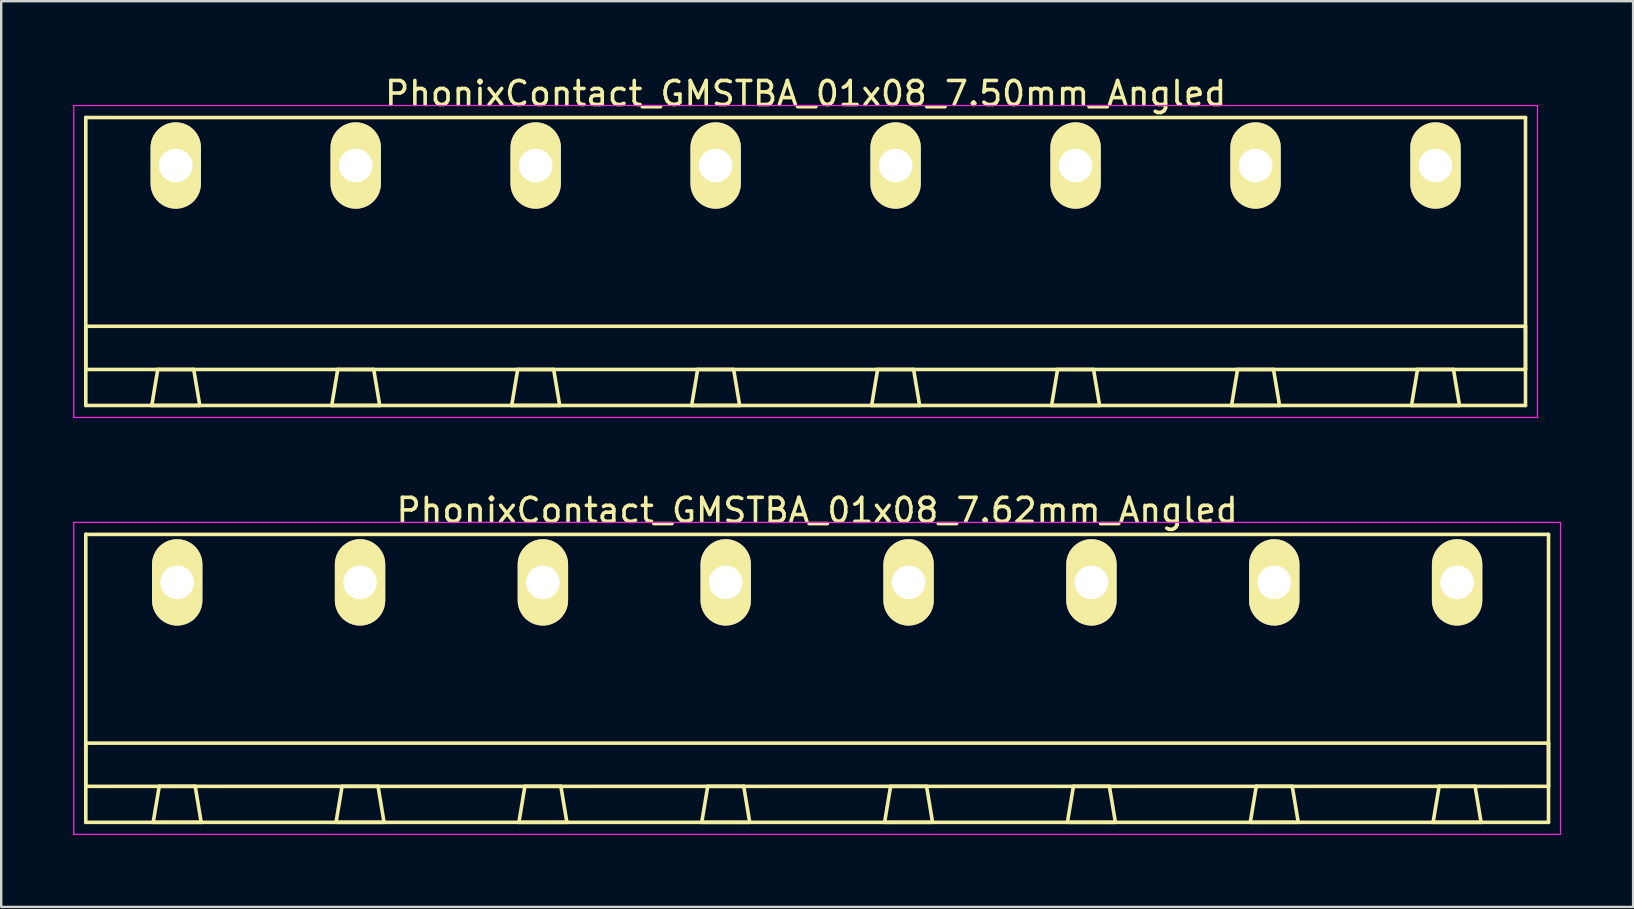
<source format=kicad_pcb>
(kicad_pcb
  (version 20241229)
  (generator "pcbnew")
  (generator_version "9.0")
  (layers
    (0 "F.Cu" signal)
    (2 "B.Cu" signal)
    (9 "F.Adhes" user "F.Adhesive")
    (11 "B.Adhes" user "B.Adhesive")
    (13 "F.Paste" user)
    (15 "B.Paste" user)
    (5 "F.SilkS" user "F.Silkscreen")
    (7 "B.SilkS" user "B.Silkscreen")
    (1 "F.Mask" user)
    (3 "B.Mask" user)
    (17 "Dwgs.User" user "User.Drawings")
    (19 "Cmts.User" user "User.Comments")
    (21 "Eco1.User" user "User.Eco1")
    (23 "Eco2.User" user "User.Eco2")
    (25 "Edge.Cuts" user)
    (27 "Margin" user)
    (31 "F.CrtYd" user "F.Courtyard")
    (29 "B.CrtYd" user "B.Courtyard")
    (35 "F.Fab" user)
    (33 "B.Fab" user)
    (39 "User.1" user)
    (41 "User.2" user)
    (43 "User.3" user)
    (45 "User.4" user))
  (footprint "PhonixContact_GMSTBA_01x08_7.62mm_Angled"
    (layer "F.Cu")
    (at 4.335 21.221)
    (property "Reference" "PhonixContact_GMSTBA_01x08_7.62mm_Angled" (at 26.67 -3 0) (layer "F.SilkS") (effects (font (size 1 1) (thickness 0.15))))
    (attr through_hole)
    (fp_line (start -3.81 -2) (end -3.81 10) (stroke (width 0.15) (type solid)) (layer "F.SilkS"))
    (fp_line (start -3.81 6.7) (end 57.15 6.7) (stroke (width 0.15) (type solid)) (layer "F.SilkS"))
    (fp_line (start -3.81 8.5) (end -3.81 6.7) (stroke (width 0.15) (type solid)) (layer "F.SilkS"))
    (fp_line (start -3.81 10) (end 57.15 10) (stroke (width 0.15) (type solid)) (layer "F.SilkS"))
    (fp_line (start -1 10) (end 1 10) (stroke (width 0.15) (type solid)) (layer "F.SilkS"))
    (fp_line (start -0.75 8.5) (end -1 10) (stroke (width 0.15) (type solid)) (layer "F.SilkS"))
    (fp_line (start 0.75 8.5) (end -0.75 8.5) (stroke (width 0.15) (type solid)) (layer "F.SilkS"))
    (fp_line (start 1 10) (end 0.75 8.5) (stroke (width 0.15) (type solid)) (layer "F.SilkS"))
    (fp_line (start 6.62 10) (end 8.62 10) (stroke (width 0.15) (type solid)) (layer "F.SilkS"))
    (fp_line (start 6.87 8.5) (end 6.62 10) (stroke (width 0.15) (type solid)) (layer "F.SilkS"))
    (fp_line (start 8.37 8.5) (end 6.87 8.5) (stroke (width 0.15) (type solid)) (layer "F.SilkS"))
    (fp_line (start 8.62 10) (end 8.37 8.5) (stroke (width 0.15) (type solid)) (layer "F.SilkS"))
    (fp_line (start 14.24 10) (end 16.24 10) (stroke (width 0.15) (type solid)) (layer "F.SilkS"))
    (fp_line (start 14.49 8.5) (end 14.24 10) (stroke (width 0.15) (type solid)) (layer "F.SilkS"))
    (fp_line (start 15.99 8.5) (end 14.49 8.5) (stroke (width 0.15) (type solid)) (layer "F.SilkS"))
    (fp_line (start 16.24 10) (end 15.99 8.5) (stroke (width 0.15) (type solid)) (layer "F.SilkS"))
    (fp_line (start 21.86 10) (end 23.86 10) (stroke (width 0.15) (type solid)) (layer "F.SilkS"))
    (fp_line (start 22.11 8.5) (end 21.86 10) (stroke (width 0.15) (type solid)) (layer "F.SilkS"))
    (fp_line (start 23.61 8.5) (end 22.11 8.5) (stroke (width 0.15) (type solid)) (layer "F.SilkS"))
    (fp_line (start 23.86 10) (end 23.61 8.5) (stroke (width 0.15) (type solid)) (layer "F.SilkS"))
    (fp_line (start 29.48 10) (end 31.48 10) (stroke (width 0.15) (type solid)) (layer "F.SilkS"))
    (fp_line (start 29.73 8.5) (end 29.48 10) (stroke (width 0.15) (type solid)) (layer "F.SilkS"))
    (fp_line (start 31.23 8.5) (end 29.73 8.5) (stroke (width 0.15) (type solid)) (layer "F.SilkS"))
    (fp_line (start 31.48 10) (end 31.23 8.5) (stroke (width 0.15) (type solid)) (layer "F.SilkS"))
    (fp_line (start 37.1 10) (end 39.1 10) (stroke (width 0.15) (type solid)) (layer "F.SilkS"))
    (fp_line (start 37.35 8.5) (end 37.1 10) (stroke (width 0.15) (type solid)) (layer "F.SilkS"))
    (fp_line (start 38.85 8.5) (end 37.35 8.5) (stroke (width 0.15) (type solid)) (layer "F.SilkS"))
    (fp_line (start 39.1 10) (end 38.85 8.5) (stroke (width 0.15) (type solid)) (layer "F.SilkS"))
    (fp_line (start 44.72 10) (end 46.72 10) (stroke (width 0.15) (type solid)) (layer "F.SilkS"))
    (fp_line (start 44.97 8.5) (end 44.72 10) (stroke (width 0.15) (type solid)) (layer "F.SilkS"))
    (fp_line (start 46.47 8.5) (end 44.97 8.5) (stroke (width 0.15) (type solid)) (layer "F.SilkS"))
    (fp_line (start 46.72 10) (end 46.47 8.5) (stroke (width 0.15) (type solid)) (layer "F.SilkS"))
    (fp_line (start 52.34 10) (end 54.34 10) (stroke (width 0.15) (type solid)) (layer "F.SilkS"))
    (fp_line (start 52.59 8.5) (end 52.34 10) (stroke (width 0.15) (type solid)) (layer "F.SilkS"))
    (fp_line (start 54.09 8.5) (end 52.59 8.5) (stroke (width 0.15) (type solid)) (layer "F.SilkS"))
    (fp_line (start 54.34 10) (end 54.09 8.5) (stroke (width 0.15) (type solid)) (layer "F.SilkS"))
    (fp_line (start 57.15 -2) (end -3.81 -2) (stroke (width 0.15) (type solid)) (layer "F.SilkS"))
    (fp_line (start 57.15 6.7) (end 57.15 8.5) (stroke (width 0.15) (type solid)) (layer "F.SilkS"))
    (fp_line (start 57.15 8.5) (end -3.81 8.5) (stroke (width 0.15) (type solid)) (layer "F.SilkS"))
    (fp_line (start 57.15 10) (end 57.15 -2) (stroke (width 0.15) (type solid)) (layer "F.SilkS"))
    (fp_line (start -4.31 -2.5) (end -4.31 10.5) (stroke (width 0.05) (type solid)) (layer "F.CrtYd"))
    (fp_line (start -4.31 10.5) (end 57.65 10.5) (stroke (width 0.05) (type solid)) (layer "F.CrtYd"))
    (fp_line (start 57.65 -2.5) (end -4.31 -2.5) (stroke (width 0.05) (type solid)) (layer "F.CrtYd"))
    (fp_line (start 57.65 10.5) (end 57.65 -2.5) (stroke (width 0.05) (type solid)) (layer "F.CrtYd"))
    (pad "1" thru_hole oval (at 0 0) (size 2.1 3.6) (drill 1.4) (layers "*.Cu" "*.Mask" "F.SilkS"))
    (pad "2" thru_hole oval (at 7.62 0) (size 2.1 3.6) (drill 1.4) (layers "*.Cu" "*.Mask" "F.SilkS"))
    (pad "3" thru_hole oval (at 15.24 0) (size 2.1 3.6) (drill 1.4) (layers "*.Cu" "*.Mask" "F.SilkS"))
    (pad "4" thru_hole oval (at 22.86 0) (size 2.1 3.6) (drill 1.4) (layers "*.Cu" "*.Mask" "F.SilkS"))
    (pad "5" thru_hole oval (at 30.48 0) (size 2.1 3.6) (drill 1.4) (layers "*.Cu" "*.Mask" "F.SilkS"))
    (pad "6" thru_hole oval (at 38.1 0) (size 2.1 3.6) (drill 1.4) (layers "*.Cu" "*.Mask" "F.SilkS"))
    (pad "7" thru_hole oval (at 45.72 0) (size 2.1 3.6) (drill 1.4) (layers "*.Cu" "*.Mask" "F.SilkS"))
    (pad "8" thru_hole oval (at 53.34 0) (size 2.1 3.6) (drill 1.4) (layers "*.Cu" "*.Mask" "F.SilkS")))
  (footprint "PhonixContact_GMSTBA_01x08_7.50mm_Angled"
    (layer "F.Cu")
    (at 4.275 3.848)
    (property "Reference" "PhonixContact_GMSTBA_01x08_7.50mm_Angled" (at 26.25 -3 0) (layer "F.SilkS") (effects (font (size 1 1) (thickness 0.15))))
    (attr through_hole)
    (fp_line (start -3.75 -2) (end -3.75 10) (stroke (width 0.15) (type solid)) (layer "F.SilkS"))
    (fp_line (start -3.75 6.7) (end 56.25 6.7) (stroke (width 0.15) (type solid)) (layer "F.SilkS"))
    (fp_line (start -3.75 8.5) (end -3.75 6.7) (stroke (width 0.15) (type solid)) (layer "F.SilkS"))
    (fp_line (start -3.75 10) (end 56.25 10) (stroke (width 0.15) (type solid)) (layer "F.SilkS"))
    (fp_line (start -1 10) (end 1 10) (stroke (width 0.15) (type solid)) (layer "F.SilkS"))
    (fp_line (start -0.75 8.5) (end -1 10) (stroke (width 0.15) (type solid)) (layer "F.SilkS"))
    (fp_line (start 0.75 8.5) (end -0.75 8.5) (stroke (width 0.15) (type solid)) (layer "F.SilkS"))
    (fp_line (start 1 10) (end 0.75 8.5) (stroke (width 0.15) (type solid)) (layer "F.SilkS"))
    (fp_line (start 6.5 10) (end 8.5 10) (stroke (width 0.15) (type solid)) (layer "F.SilkS"))
    (fp_line (start 6.75 8.5) (end 6.5 10) (stroke (width 0.15) (type solid)) (layer "F.SilkS"))
    (fp_line (start 8.25 8.5) (end 6.75 8.5) (stroke (width 0.15) (type solid)) (layer "F.SilkS"))
    (fp_line (start 8.5 10) (end 8.25 8.5) (stroke (width 0.15) (type solid)) (layer "F.SilkS"))
    (fp_line (start 14 10) (end 16 10) (stroke (width 0.15) (type solid)) (layer "F.SilkS"))
    (fp_line (start 14.25 8.5) (end 14 10) (stroke (width 0.15) (type solid)) (layer "F.SilkS"))
    (fp_line (start 15.75 8.5) (end 14.25 8.5) (stroke (width 0.15) (type solid)) (layer "F.SilkS"))
    (fp_line (start 16 10) (end 15.75 8.5) (stroke (width 0.15) (type solid)) (layer "F.SilkS"))
    (fp_line (start 21.5 10) (end 23.5 10) (stroke (width 0.15) (type solid)) (layer "F.SilkS"))
    (fp_line (start 21.75 8.5) (end 21.5 10) (stroke (width 0.15) (type solid)) (layer "F.SilkS"))
    (fp_line (start 23.25 8.5) (end 21.75 8.5) (stroke (width 0.15) (type solid)) (layer "F.SilkS"))
    (fp_line (start 23.5 10) (end 23.25 8.5) (stroke (width 0.15) (type solid)) (layer "F.SilkS"))
    (fp_line (start 29 10) (end 31 10) (stroke (width 0.15) (type solid)) (layer "F.SilkS"))
    (fp_line (start 29.25 8.5) (end 29 10) (stroke (width 0.15) (type solid)) (layer "F.SilkS"))
    (fp_line (start 30.75 8.5) (end 29.25 8.5) (stroke (width 0.15) (type solid)) (layer "F.SilkS"))
    (fp_line (start 31 10) (end 30.75 8.5) (stroke (width 0.15) (type solid)) (layer "F.SilkS"))
    (fp_line (start 36.5 10) (end 38.5 10) (stroke (width 0.15) (type solid)) (layer "F.SilkS"))
    (fp_line (start 36.75 8.5) (end 36.5 10) (stroke (width 0.15) (type solid)) (layer "F.SilkS"))
    (fp_line (start 38.25 8.5) (end 36.75 8.5) (stroke (width 0.15) (type solid)) (layer "F.SilkS"))
    (fp_line (start 38.5 10) (end 38.25 8.5) (stroke (width 0.15) (type solid)) (layer "F.SilkS"))
    (fp_line (start 44 10) (end 46 10) (stroke (width 0.15) (type solid)) (layer "F.SilkS"))
    (fp_line (start 44.25 8.5) (end 44 10) (stroke (width 0.15) (type solid)) (layer "F.SilkS"))
    (fp_line (start 45.75 8.5) (end 44.25 8.5) (stroke (width 0.15) (type solid)) (layer "F.SilkS"))
    (fp_line (start 46 10) (end 45.75 8.5) (stroke (width 0.15) (type solid)) (layer "F.SilkS"))
    (fp_line (start 51.5 10) (end 53.5 10) (stroke (width 0.15) (type solid)) (layer "F.SilkS"))
    (fp_line (start 51.75 8.5) (end 51.5 10) (stroke (width 0.15) (type solid)) (layer "F.SilkS"))
    (fp_line (start 53.25 8.5) (end 51.75 8.5) (stroke (width 0.15) (type solid)) (layer "F.SilkS"))
    (fp_line (start 53.5 10) (end 53.25 8.5) (stroke (width 0.15) (type solid)) (layer "F.SilkS"))
    (fp_line (start 56.25 -2) (end -3.75 -2) (stroke (width 0.15) (type solid)) (layer "F.SilkS"))
    (fp_line (start 56.25 6.7) (end 56.25 8.5) (stroke (width 0.15) (type solid)) (layer "F.SilkS"))
    (fp_line (start 56.25 8.5) (end -3.75 8.5) (stroke (width 0.15) (type solid)) (layer "F.SilkS"))
    (fp_line (start 56.25 10) (end 56.25 -2) (stroke (width 0.15) (type solid)) (layer "F.SilkS"))
    (fp_line (start -4.25 -2.5) (end -4.25 10.5) (stroke (width 0.05) (type solid)) (layer "F.CrtYd"))
    (fp_line (start -4.25 10.5) (end 56.75 10.5) (stroke (width 0.05) (type solid)) (layer "F.CrtYd"))
    (fp_line (start 56.75 -2.5) (end -4.25 -2.5) (stroke (width 0.05) (type solid)) (layer "F.CrtYd"))
    (fp_line (start 56.75 10.5) (end 56.75 -2.5) (stroke (width 0.05) (type solid)) (layer "F.CrtYd"))
    (pad "1" thru_hole oval (at 0 0) (size 2.1 3.6) (drill 1.4) (layers "*.Cu" "*.Mask" "F.SilkS"))
    (pad "2" thru_hole oval (at 7.5 0) (size 2.1 3.6) (drill 1.4) (layers "*.Cu" "*.Mask" "F.SilkS"))
    (pad "3" thru_hole oval (at 15 0) (size 2.1 3.6) (drill 1.4) (layers "*.Cu" "*.Mask" "F.SilkS"))
    (pad "4" thru_hole oval (at 22.5 0) (size 2.1 3.6) (drill 1.4) (layers "*.Cu" "*.Mask" "F.SilkS"))
    (pad "5" thru_hole oval (at 30 0) (size 2.1 3.6) (drill 1.4) (layers "*.Cu" "*.Mask" "F.SilkS"))
    (pad "6" thru_hole oval (at 37.5 0) (size 2.1 3.6) (drill 1.4) (layers "*.Cu" "*.Mask" "F.SilkS"))
    (pad "7" thru_hole oval (at 45 0) (size 2.1 3.6) (drill 1.4) (layers "*.Cu" "*.Mask" "F.SilkS"))
    (pad "8" thru_hole oval (at 52.5 0) (size 2.1 3.6) (drill 1.4) (layers "*.Cu" "*.Mask" "F.SilkS")))
  (gr_rect
    (start -3 -3)
    (end 65.01 34.746)
    (stroke (width 0.1) (type default))
    (fill no)
    (layer "Edge.Cuts")))
</source>
